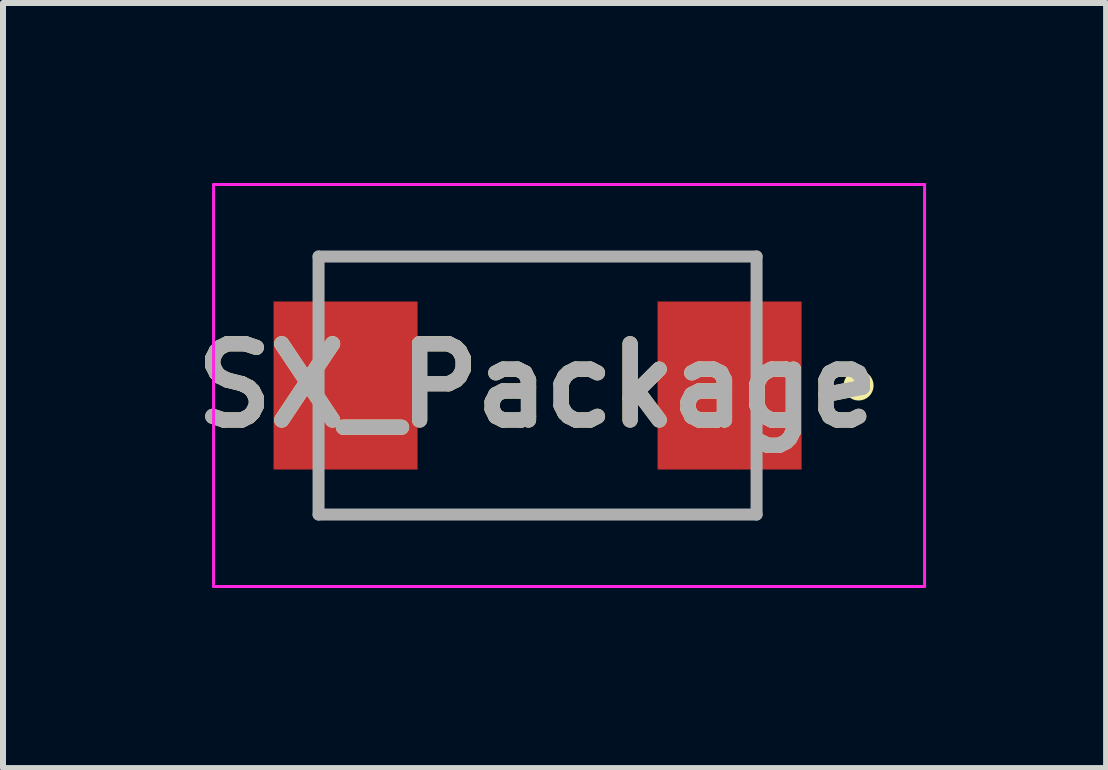
<source format=kicad_pcb>
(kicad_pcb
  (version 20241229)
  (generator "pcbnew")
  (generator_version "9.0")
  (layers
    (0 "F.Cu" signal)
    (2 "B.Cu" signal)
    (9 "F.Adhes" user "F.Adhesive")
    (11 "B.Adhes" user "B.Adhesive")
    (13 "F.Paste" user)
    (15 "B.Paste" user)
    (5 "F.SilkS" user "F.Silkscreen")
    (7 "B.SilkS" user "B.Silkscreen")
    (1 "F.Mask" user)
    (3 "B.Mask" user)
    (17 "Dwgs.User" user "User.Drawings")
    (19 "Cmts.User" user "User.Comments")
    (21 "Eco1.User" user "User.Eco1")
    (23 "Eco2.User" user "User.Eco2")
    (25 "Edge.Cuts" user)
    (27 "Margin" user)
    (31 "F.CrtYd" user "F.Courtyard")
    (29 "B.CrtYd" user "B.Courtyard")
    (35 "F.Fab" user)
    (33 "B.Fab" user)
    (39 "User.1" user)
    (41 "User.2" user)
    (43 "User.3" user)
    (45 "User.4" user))
  (footprint "SX_Package"
    (layer "F.Cu")
    (at 5.909 3.375)
    (property "Reference" "SX_Package" (at 0 0 0) (layer "F.SilkS") (effects (font (size 1.27 1.27) (thickness 0.254))))
    (attr smd)
    (fp_line (start -3.65 -2.15) (end 3.65 -2.15) (stroke (width 0.1) (type solid)) (layer "F.SilkS"))
    (fp_line (start 3.65 2.15) (end -3.65 2.15) (stroke (width 0.1) (type solid)) (layer "F.SilkS"))
    (fp_circle (center 5.35 0) (end 5.35 0.05) (stroke (width 0.2) (type solid)) (fill no) (layer "F.SilkS"))
    (fp_line (start -5.4 -3.35) (end 6.45 -3.35) (stroke (width 0.05) (type solid)) (layer "F.CrtYd"))
    (fp_line (start -5.4 3.35) (end -5.4 -3.35) (stroke (width 0.05) (type solid)) (layer "F.CrtYd"))
    (fp_line (start 6.45 -3.35) (end 6.45 3.35) (stroke (width 0.05) (type solid)) (layer "F.CrtYd"))
    (fp_line (start 6.45 3.35) (end -5.4 3.35) (stroke (width 0.05) (type solid)) (layer "F.CrtYd"))
    (fp_line (start -3.65 -2.15) (end 3.65 -2.15) (stroke (width 0.2) (type solid)) (layer "F.Fab"))
    (fp_line (start -3.65 2.15) (end -3.65 -2.15) (stroke (width 0.2) (type solid)) (layer "F.Fab"))
    (fp_line (start 3.65 -2.15) (end 3.65 2.15) (stroke (width 0.2) (type solid)) (layer "F.Fab"))
    (fp_line (start 3.65 2.15) (end -3.65 2.15) (stroke (width 0.2) (type solid)) (layer "F.Fab"))
    (fp_text user "${REFERENCE}" (at 0 0 0) (layer "F.Fab") (effects (font (size 1.27 1.27) (thickness 0.254))))
    (pad "1" smd rect (at 3.2 0) (size 2.4 2.8) (layers "F.Cu" "F.Mask" "F.Paste"))
    (pad "2" smd rect (at -3.2 0) (size 2.4 2.8) (layers "F.Cu" "F.Mask" "F.Paste")))
  (gr_rect
    (start -3 -3)
    (end 15.384 9.75)
    (stroke (width 0.1) (type default))
    (fill no)
    (layer "Edge.Cuts")))
</source>
